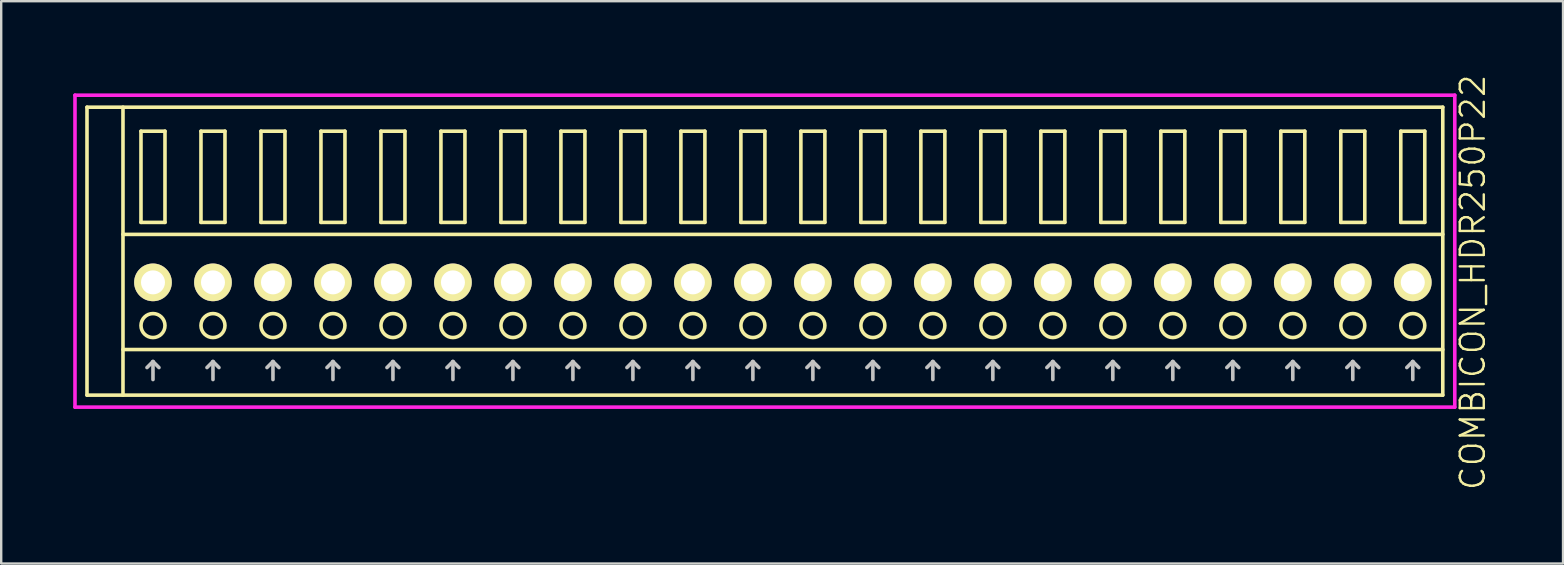
<source format=kicad_pcb>
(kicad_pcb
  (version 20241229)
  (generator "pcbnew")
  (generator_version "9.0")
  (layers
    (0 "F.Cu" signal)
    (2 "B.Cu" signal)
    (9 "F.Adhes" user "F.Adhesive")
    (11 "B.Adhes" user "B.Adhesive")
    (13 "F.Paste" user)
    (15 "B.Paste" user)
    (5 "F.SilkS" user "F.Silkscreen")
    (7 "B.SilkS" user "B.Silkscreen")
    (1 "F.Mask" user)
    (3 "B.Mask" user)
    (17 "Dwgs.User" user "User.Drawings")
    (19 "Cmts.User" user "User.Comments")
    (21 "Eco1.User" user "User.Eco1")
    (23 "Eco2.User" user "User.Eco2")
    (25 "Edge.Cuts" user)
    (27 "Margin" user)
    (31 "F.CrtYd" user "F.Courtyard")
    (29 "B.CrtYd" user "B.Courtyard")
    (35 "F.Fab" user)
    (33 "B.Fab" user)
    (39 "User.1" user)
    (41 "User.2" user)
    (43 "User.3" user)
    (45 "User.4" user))
  (footprint "COMBICON_HDR250P22"
    (layer "F.Cu")
    (at 29.575 8.717)
    (property "Reference" "COMBICON_HDR250P22" (at 28.75 0 90) (layer "F.SilkS") (effects (font (size 1 1) (thickness 0.1))))
    (attr through_hole)
    (fp_line (start -29 -7.3) (end -29 4.7) (stroke (width 0.15) (type solid)) (layer "F.SilkS"))
    (fp_line (start -29 4.7) (end 27.5 4.7) (stroke (width 0.15) (type solid)) (layer "F.SilkS"))
    (fp_line (start -27.5 -2) (end 27.5 -2) (stroke (width 0.15) (type solid)) (layer "F.SilkS"))
    (fp_line (start -27.5 2.8) (end 27.5 2.8) (stroke (width 0.15) (type solid)) (layer "F.SilkS"))
    (fp_line (start -27.5 4.7) (end -27.5 -7.3) (stroke (width 0.15) (type solid)) (layer "F.SilkS"))
    (fp_line (start -26.75 -6.3) (end -26.75 -2.5) (stroke (width 0.15) (type solid)) (layer "F.SilkS"))
    (fp_line (start -26.75 -2.5) (end -25.75 -2.5) (stroke (width 0.15) (type solid)) (layer "F.SilkS"))
    (fp_line (start -25.75 -6.3) (end -26.75 -6.3) (stroke (width 0.15) (type solid)) (layer "F.SilkS"))
    (fp_line (start -25.75 -2.5) (end -25.75 -6.3) (stroke (width 0.15) (type solid)) (layer "F.SilkS"))
    (fp_line (start -24.25 -6.3) (end -24.25 -2.5) (stroke (width 0.15) (type solid)) (layer "F.SilkS"))
    (fp_line (start -24.25 -2.5) (end -23.25 -2.5) (stroke (width 0.15) (type solid)) (layer "F.SilkS"))
    (fp_line (start -23.25 -6.3) (end -24.25 -6.3) (stroke (width 0.15) (type solid)) (layer "F.SilkS"))
    (fp_line (start -23.25 -2.5) (end -23.25 -6.3) (stroke (width 0.15) (type solid)) (layer "F.SilkS"))
    (fp_line (start -21.75 -6.3) (end -21.75 -2.5) (stroke (width 0.15) (type solid)) (layer "F.SilkS"))
    (fp_line (start -21.75 -2.5) (end -20.75 -2.5) (stroke (width 0.15) (type solid)) (layer "F.SilkS"))
    (fp_line (start -20.75 -6.3) (end -21.75 -6.3) (stroke (width 0.15) (type solid)) (layer "F.SilkS"))
    (fp_line (start -20.75 -2.5) (end -20.75 -6.3) (stroke (width 0.15) (type solid)) (layer "F.SilkS"))
    (fp_line (start -19.25 -6.3) (end -19.25 -2.5) (stroke (width 0.15) (type solid)) (layer "F.SilkS"))
    (fp_line (start -19.25 -2.5) (end -18.25 -2.5) (stroke (width 0.15) (type solid)) (layer "F.SilkS"))
    (fp_line (start -18.25 -6.3) (end -19.25 -6.3) (stroke (width 0.15) (type solid)) (layer "F.SilkS"))
    (fp_line (start -18.25 -2.5) (end -18.25 -6.3) (stroke (width 0.15) (type solid)) (layer "F.SilkS"))
    (fp_line (start -16.75 -6.3) (end -16.75 -2.5) (stroke (width 0.15) (type solid)) (layer "F.SilkS"))
    (fp_line (start -16.75 -2.5) (end -15.75 -2.5) (stroke (width 0.15) (type solid)) (layer "F.SilkS"))
    (fp_line (start -15.75 -6.3) (end -16.75 -6.3) (stroke (width 0.15) (type solid)) (layer "F.SilkS"))
    (fp_line (start -15.75 -2.5) (end -15.75 -6.3) (stroke (width 0.15) (type solid)) (layer "F.SilkS"))
    (fp_line (start -14.25 -6.3) (end -14.25 -2.5) (stroke (width 0.15) (type solid)) (layer "F.SilkS"))
    (fp_line (start -14.25 -2.5) (end -13.25 -2.5) (stroke (width 0.15) (type solid)) (layer "F.SilkS"))
    (fp_line (start -13.25 -6.3) (end -14.25 -6.3) (stroke (width 0.15) (type solid)) (layer "F.SilkS"))
    (fp_line (start -13.25 -2.5) (end -13.25 -6.3) (stroke (width 0.15) (type solid)) (layer "F.SilkS"))
    (fp_line (start -11.75 -6.3) (end -11.75 -2.5) (stroke (width 0.15) (type solid)) (layer "F.SilkS"))
    (fp_line (start -11.75 -2.5) (end -10.75 -2.5) (stroke (width 0.15) (type solid)) (layer "F.SilkS"))
    (fp_line (start -10.75 -6.3) (end -11.75 -6.3) (stroke (width 0.15) (type solid)) (layer "F.SilkS"))
    (fp_line (start -10.75 -2.5) (end -10.75 -6.3) (stroke (width 0.15) (type solid)) (layer "F.SilkS"))
    (fp_line (start -9.25 -6.3) (end -9.25 -2.5) (stroke (width 0.15) (type solid)) (layer "F.SilkS"))
    (fp_line (start -9.25 -2.5) (end -8.25 -2.5) (stroke (width 0.15) (type solid)) (layer "F.SilkS"))
    (fp_line (start -8.25 -6.3) (end -9.25 -6.3) (stroke (width 0.15) (type solid)) (layer "F.SilkS"))
    (fp_line (start -8.25 -2.5) (end -8.25 -6.3) (stroke (width 0.15) (type solid)) (layer "F.SilkS"))
    (fp_line (start -6.75 -6.3) (end -6.75 -2.5) (stroke (width 0.15) (type solid)) (layer "F.SilkS"))
    (fp_line (start -6.75 -2.5) (end -5.75 -2.5) (stroke (width 0.15) (type solid)) (layer "F.SilkS"))
    (fp_line (start -5.75 -6.3) (end -6.75 -6.3) (stroke (width 0.15) (type solid)) (layer "F.SilkS"))
    (fp_line (start -5.75 -2.5) (end -5.75 -6.3) (stroke (width 0.15) (type solid)) (layer "F.SilkS"))
    (fp_line (start -4.25 -6.3) (end -4.25 -2.5) (stroke (width 0.15) (type solid)) (layer "F.SilkS"))
    (fp_line (start -4.25 -2.5) (end -3.25 -2.5) (stroke (width 0.15) (type solid)) (layer "F.SilkS"))
    (fp_line (start -3.25 -6.3) (end -4.25 -6.3) (stroke (width 0.15) (type solid)) (layer "F.SilkS"))
    (fp_line (start -3.25 -2.5) (end -3.25 -6.3) (stroke (width 0.15) (type solid)) (layer "F.SilkS"))
    (fp_line (start -1.75 -6.3) (end -1.75 -2.5) (stroke (width 0.15) (type solid)) (layer "F.SilkS"))
    (fp_line (start -1.75 -2.5) (end -0.75 -2.5) (stroke (width 0.15) (type solid)) (layer "F.SilkS"))
    (fp_line (start -0.75 -6.3) (end -1.75 -6.3) (stroke (width 0.15) (type solid)) (layer "F.SilkS"))
    (fp_line (start -0.75 -2.5) (end -0.75 -6.3) (stroke (width 0.15) (type solid)) (layer "F.SilkS"))
    (fp_line (start 0.75 -6.3) (end 0.75 -2.5) (stroke (width 0.15) (type solid)) (layer "F.SilkS"))
    (fp_line (start 0.75 -2.5) (end 1.75 -2.5) (stroke (width 0.15) (type solid)) (layer "F.SilkS"))
    (fp_line (start 1.75 -6.3) (end 0.75 -6.3) (stroke (width 0.15) (type solid)) (layer "F.SilkS"))
    (fp_line (start 1.75 -2.5) (end 1.75 -6.3) (stroke (width 0.15) (type solid)) (layer "F.SilkS"))
    (fp_line (start 3.25 -6.3) (end 3.25 -2.5) (stroke (width 0.15) (type solid)) (layer "F.SilkS"))
    (fp_line (start 3.25 -2.5) (end 4.25 -2.5) (stroke (width 0.15) (type solid)) (layer "F.SilkS"))
    (fp_line (start 4.25 -6.3) (end 3.25 -6.3) (stroke (width 0.15) (type solid)) (layer "F.SilkS"))
    (fp_line (start 4.25 -2.5) (end 4.25 -6.3) (stroke (width 0.15) (type solid)) (layer "F.SilkS"))
    (fp_line (start 5.75 -6.3) (end 5.75 -2.5) (stroke (width 0.15) (type solid)) (layer "F.SilkS"))
    (fp_line (start 5.75 -2.5) (end 6.75 -2.5) (stroke (width 0.15) (type solid)) (layer "F.SilkS"))
    (fp_line (start 6.75 -6.3) (end 5.75 -6.3) (stroke (width 0.15) (type solid)) (layer "F.SilkS"))
    (fp_line (start 6.75 -2.5) (end 6.75 -6.3) (stroke (width 0.15) (type solid)) (layer "F.SilkS"))
    (fp_line (start 8.25 -6.3) (end 8.25 -2.5) (stroke (width 0.15) (type solid)) (layer "F.SilkS"))
    (fp_line (start 8.25 -2.5) (end 9.25 -2.5) (stroke (width 0.15) (type solid)) (layer "F.SilkS"))
    (fp_line (start 9.25 -6.3) (end 8.25 -6.3) (stroke (width 0.15) (type solid)) (layer "F.SilkS"))
    (fp_line (start 9.25 -2.5) (end 9.25 -6.3) (stroke (width 0.15) (type solid)) (layer "F.SilkS"))
    (fp_line (start 10.75 -6.3) (end 10.75 -2.5) (stroke (width 0.15) (type solid)) (layer "F.SilkS"))
    (fp_line (start 10.75 -2.5) (end 11.75 -2.5) (stroke (width 0.15) (type solid)) (layer "F.SilkS"))
    (fp_line (start 11.75 -6.3) (end 10.75 -6.3) (stroke (width 0.15) (type solid)) (layer "F.SilkS"))
    (fp_line (start 11.75 -2.5) (end 11.75 -6.3) (stroke (width 0.15) (type solid)) (layer "F.SilkS"))
    (fp_line (start 13.25 -6.3) (end 13.25 -2.5) (stroke (width 0.15) (type solid)) (layer "F.SilkS"))
    (fp_line (start 13.25 -2.5) (end 14.25 -2.5) (stroke (width 0.15) (type solid)) (layer "F.SilkS"))
    (fp_line (start 14.25 -6.3) (end 13.25 -6.3) (stroke (width 0.15) (type solid)) (layer "F.SilkS"))
    (fp_line (start 14.25 -2.5) (end 14.25 -6.3) (stroke (width 0.15) (type solid)) (layer "F.SilkS"))
    (fp_line (start 15.75 -6.3) (end 15.75 -2.5) (stroke (width 0.15) (type solid)) (layer "F.SilkS"))
    (fp_line (start 15.75 -2.5) (end 16.75 -2.5) (stroke (width 0.15) (type solid)) (layer "F.SilkS"))
    (fp_line (start 16.75 -6.3) (end 15.75 -6.3) (stroke (width 0.15) (type solid)) (layer "F.SilkS"))
    (fp_line (start 16.75 -2.5) (end 16.75 -6.3) (stroke (width 0.15) (type solid)) (layer "F.SilkS"))
    (fp_line (start 18.25 -6.3) (end 18.25 -2.5) (stroke (width 0.15) (type solid)) (layer "F.SilkS"))
    (fp_line (start 18.25 -2.5) (end 19.25 -2.5) (stroke (width 0.15) (type solid)) (layer "F.SilkS"))
    (fp_line (start 19.25 -6.3) (end 18.25 -6.3) (stroke (width 0.15) (type solid)) (layer "F.SilkS"))
    (fp_line (start 19.25 -2.5) (end 19.25 -6.3) (stroke (width 0.15) (type solid)) (layer "F.SilkS"))
    (fp_line (start 20.75 -6.3) (end 20.75 -2.5) (stroke (width 0.15) (type solid)) (layer "F.SilkS"))
    (fp_line (start 20.75 -2.5) (end 21.75 -2.5) (stroke (width 0.15) (type solid)) (layer "F.SilkS"))
    (fp_line (start 21.75 -6.3) (end 20.75 -6.3) (stroke (width 0.15) (type solid)) (layer "F.SilkS"))
    (fp_line (start 21.75 -2.5) (end 21.75 -6.3) (stroke (width 0.15) (type solid)) (layer "F.SilkS"))
    (fp_line (start 23.25 -6.3) (end 23.25 -2.5) (stroke (width 0.15) (type solid)) (layer "F.SilkS"))
    (fp_line (start 23.25 -2.5) (end 24.25 -2.5) (stroke (width 0.15) (type solid)) (layer "F.SilkS"))
    (fp_line (start 24.25 -6.3) (end 23.25 -6.3) (stroke (width 0.15) (type solid)) (layer "F.SilkS"))
    (fp_line (start 24.25 -2.5) (end 24.25 -6.3) (stroke (width 0.15) (type solid)) (layer "F.SilkS"))
    (fp_line (start 25.75 -6.3) (end 25.75 -2.5) (stroke (width 0.15) (type solid)) (layer "F.SilkS"))
    (fp_line (start 25.75 -2.5) (end 26.75 -2.5) (stroke (width 0.15) (type solid)) (layer "F.SilkS"))
    (fp_line (start 26.75 -6.3) (end 25.75 -6.3) (stroke (width 0.15) (type solid)) (layer "F.SilkS"))
    (fp_line (start 26.75 -2.5) (end 26.75 -6.3) (stroke (width 0.15) (type solid)) (layer "F.SilkS"))
    (fp_line (start 27.5 -7.3) (end -29 -7.3) (stroke (width 0.15) (type solid)) (layer "F.SilkS"))
    (fp_line (start 27.5 4.7) (end 27.5 -7.3) (stroke (width 0.15) (type solid)) (layer "F.SilkS"))
    (fp_circle (center -26.25 1.8) (end -25.75 1.8) (stroke (width 0.15) (type solid)) (fill no) (layer "F.SilkS"))
    (fp_circle (center -23.75 1.8) (end -23.25 1.8) (stroke (width 0.15) (type solid)) (fill no) (layer "F.SilkS"))
    (fp_circle (center -21.25 1.8) (end -20.75 1.8) (stroke (width 0.15) (type solid)) (fill no) (layer "F.SilkS"))
    (fp_circle (center -18.75 1.8) (end -18.25 1.8) (stroke (width 0.15) (type solid)) (fill no) (layer "F.SilkS"))
    (fp_circle (center -16.25 1.8) (end -15.75 1.8) (stroke (width 0.15) (type solid)) (fill no) (layer "F.SilkS"))
    (fp_circle (center -13.75 1.8) (end -13.25 1.8) (stroke (width 0.15) (type solid)) (fill no) (layer "F.SilkS"))
    (fp_circle (center -11.25 1.8) (end -10.75 1.8) (stroke (width 0.15) (type solid)) (fill no) (layer "F.SilkS"))
    (fp_circle (center -8.75 1.8) (end -8.25 1.8) (stroke (width 0.15) (type solid)) (fill no) (layer "F.SilkS"))
    (fp_circle (center -6.25 1.8) (end -5.75 1.8) (stroke (width 0.15) (type solid)) (fill no) (layer "F.SilkS"))
    (fp_circle (center -3.75 1.8) (end -3.25 1.8) (stroke (width 0.15) (type solid)) (fill no) (layer "F.SilkS"))
    (fp_circle (center -1.25 1.8) (end -0.75 1.8) (stroke (width 0.15) (type solid)) (fill no) (layer "F.SilkS"))
    (fp_circle (center 1.25 1.8) (end 1.75 1.8) (stroke (width 0.15) (type solid)) (fill no) (layer "F.SilkS"))
    (fp_circle (center 3.75 1.8) (end 4.25 1.8) (stroke (width 0.15) (type solid)) (fill no) (layer "F.SilkS"))
    (fp_circle (center 6.25 1.8) (end 6.75 1.8) (stroke (width 0.15) (type solid)) (fill no) (layer "F.SilkS"))
    (fp_circle (center 8.75 1.8) (end 9.25 1.8) (stroke (width 0.15) (type solid)) (fill no) (layer "F.SilkS"))
    (fp_circle (center 11.25 1.8) (end 11.75 1.8) (stroke (width 0.15) (type solid)) (fill no) (layer "F.SilkS"))
    (fp_circle (center 13.75 1.8) (end 14.25 1.8) (stroke (width 0.15) (type solid)) (fill no) (layer "F.SilkS"))
    (fp_circle (center 16.25 1.8) (end 16.75 1.8) (stroke (width 0.15) (type solid)) (fill no) (layer "F.SilkS"))
    (fp_circle (center 18.75 1.8) (end 19.25 1.8) (stroke (width 0.15) (type solid)) (fill no) (layer "F.SilkS"))
    (fp_circle (center 21.25 1.8) (end 21.75 1.8) (stroke (width 0.15) (type solid)) (fill no) (layer "F.SilkS"))
    (fp_circle (center 23.75 1.8) (end 24.25 1.8) (stroke (width 0.15) (type solid)) (fill no) (layer "F.SilkS"))
    (fp_circle (center 26.25 1.8) (end 26.75 1.8) (stroke (width 0.15) (type solid)) (fill no) (layer "F.SilkS"))
    (fp_line (start -26.5 3.55) (end -26.25 3.3) (stroke (width 0.15) (type solid)) (layer "Dwgs.User"))
    (fp_line (start -26.25 4.05) (end -26.25 3.3) (stroke (width 0.15) (type solid)) (layer "Dwgs.User"))
    (fp_line (start -26 3.55) (end -26.25 3.3) (stroke (width 0.15) (type solid)) (layer "Dwgs.User"))
    (fp_line (start -24 3.55) (end -23.75 3.3) (stroke (width 0.15) (type solid)) (layer "Dwgs.User"))
    (fp_line (start -23.75 4.05) (end -23.75 3.3) (stroke (width 0.15) (type solid)) (layer "Dwgs.User"))
    (fp_line (start -23.5 3.55) (end -23.75 3.3) (stroke (width 0.15) (type solid)) (layer "Dwgs.User"))
    (fp_line (start -21.5 3.55) (end -21.25 3.3) (stroke (width 0.15) (type solid)) (layer "Dwgs.User"))
    (fp_line (start -21.25 4.05) (end -21.25 3.3) (stroke (width 0.15) (type solid)) (layer "Dwgs.User"))
    (fp_line (start -21 3.55) (end -21.25 3.3) (stroke (width 0.15) (type solid)) (layer "Dwgs.User"))
    (fp_line (start -19 3.55) (end -18.75 3.3) (stroke (width 0.15) (type solid)) (layer "Dwgs.User"))
    (fp_line (start -18.75 4.05) (end -18.75 3.3) (stroke (width 0.15) (type solid)) (layer "Dwgs.User"))
    (fp_line (start -18.5 3.55) (end -18.75 3.3) (stroke (width 0.15) (type solid)) (layer "Dwgs.User"))
    (fp_line (start -16.5 3.55) (end -16.25 3.3) (stroke (width 0.15) (type solid)) (layer "Dwgs.User"))
    (fp_line (start -16.25 4.05) (end -16.25 3.3) (stroke (width 0.15) (type solid)) (layer "Dwgs.User"))
    (fp_line (start -16 3.55) (end -16.25 3.3) (stroke (width 0.15) (type solid)) (layer "Dwgs.User"))
    (fp_line (start -14 3.55) (end -13.75 3.3) (stroke (width 0.15) (type solid)) (layer "Dwgs.User"))
    (fp_line (start -13.75 4.05) (end -13.75 3.3) (stroke (width 0.15) (type solid)) (layer "Dwgs.User"))
    (fp_line (start -13.5 3.55) (end -13.75 3.3) (stroke (width 0.15) (type solid)) (layer "Dwgs.User"))
    (fp_line (start -11.5 3.55) (end -11.25 3.3) (stroke (width 0.15) (type solid)) (layer "Dwgs.User"))
    (fp_line (start -11.25 4.05) (end -11.25 3.3) (stroke (width 0.15) (type solid)) (layer "Dwgs.User"))
    (fp_line (start -11 3.55) (end -11.25 3.3) (stroke (width 0.15) (type solid)) (layer "Dwgs.User"))
    (fp_line (start -9 3.55) (end -8.75 3.3) (stroke (width 0.15) (type solid)) (layer "Dwgs.User"))
    (fp_line (start -8.75 4.05) (end -8.75 3.3) (stroke (width 0.15) (type solid)) (layer "Dwgs.User"))
    (fp_line (start -8.5 3.55) (end -8.75 3.3) (stroke (width 0.15) (type solid)) (layer "Dwgs.User"))
    (fp_line (start -6.5 3.55) (end -6.25 3.3) (stroke (width 0.15) (type solid)) (layer "Dwgs.User"))
    (fp_line (start -6.25 4.05) (end -6.25 3.3) (stroke (width 0.15) (type solid)) (layer "Dwgs.User"))
    (fp_line (start -6 3.55) (end -6.25 3.3) (stroke (width 0.15) (type solid)) (layer "Dwgs.User"))
    (fp_line (start -4 3.55) (end -3.75 3.3) (stroke (width 0.15) (type solid)) (layer "Dwgs.User"))
    (fp_line (start -3.75 4.05) (end -3.75 3.3) (stroke (width 0.15) (type solid)) (layer "Dwgs.User"))
    (fp_line (start -3.5 3.55) (end -3.75 3.3) (stroke (width 0.15) (type solid)) (layer "Dwgs.User"))
    (fp_line (start -1.5 3.55) (end -1.25 3.3) (stroke (width 0.15) (type solid)) (layer "Dwgs.User"))
    (fp_line (start -1.25 4.05) (end -1.25 3.3) (stroke (width 0.15) (type solid)) (layer "Dwgs.User"))
    (fp_line (start -1 3.55) (end -1.25 3.3) (stroke (width 0.15) (type solid)) (layer "Dwgs.User"))
    (fp_line (start 1 3.55) (end 1.25 3.3) (stroke (width 0.15) (type solid)) (layer "Dwgs.User"))
    (fp_line (start 1.25 4.05) (end 1.25 3.3) (stroke (width 0.15) (type solid)) (layer "Dwgs.User"))
    (fp_line (start 1.5 3.55) (end 1.25 3.3) (stroke (width 0.15) (type solid)) (layer "Dwgs.User"))
    (fp_line (start 3.5 3.55) (end 3.75 3.3) (stroke (width 0.15) (type solid)) (layer "Dwgs.User"))
    (fp_line (start 3.75 4.05) (end 3.75 3.3) (stroke (width 0.15) (type solid)) (layer "Dwgs.User"))
    (fp_line (start 4 3.55) (end 3.75 3.3) (stroke (width 0.15) (type solid)) (layer "Dwgs.User"))
    (fp_line (start 6 3.55) (end 6.25 3.3) (stroke (width 0.15) (type solid)) (layer "Dwgs.User"))
    (fp_line (start 6.25 4.05) (end 6.25 3.3) (stroke (width 0.15) (type solid)) (layer "Dwgs.User"))
    (fp_line (start 6.5 3.55) (end 6.25 3.3) (stroke (width 0.15) (type solid)) (layer "Dwgs.User"))
    (fp_line (start 8.5 3.55) (end 8.75 3.3) (stroke (width 0.15) (type solid)) (layer "Dwgs.User"))
    (fp_line (start 8.75 4.05) (end 8.75 3.3) (stroke (width 0.15) (type solid)) (layer "Dwgs.User"))
    (fp_line (start 9 3.55) (end 8.75 3.3) (stroke (width 0.15) (type solid)) (layer "Dwgs.User"))
    (fp_line (start 11 3.55) (end 11.25 3.3) (stroke (width 0.15) (type solid)) (layer "Dwgs.User"))
    (fp_line (start 11.25 4.05) (end 11.25 3.3) (stroke (width 0.15) (type solid)) (layer "Dwgs.User"))
    (fp_line (start 11.5 3.55) (end 11.25 3.3) (stroke (width 0.15) (type solid)) (layer "Dwgs.User"))
    (fp_line (start 13.5 3.55) (end 13.75 3.3) (stroke (width 0.15) (type solid)) (layer "Dwgs.User"))
    (fp_line (start 13.75 4.05) (end 13.75 3.3) (stroke (width 0.15) (type solid)) (layer "Dwgs.User"))
    (fp_line (start 14 3.55) (end 13.75 3.3) (stroke (width 0.15) (type solid)) (layer "Dwgs.User"))
    (fp_line (start 16 3.55) (end 16.25 3.3) (stroke (width 0.15) (type solid)) (layer "Dwgs.User"))
    (fp_line (start 16.25 4.05) (end 16.25 3.3) (stroke (width 0.15) (type solid)) (layer "Dwgs.User"))
    (fp_line (start 16.5 3.55) (end 16.25 3.3) (stroke (width 0.15) (type solid)) (layer "Dwgs.User"))
    (fp_line (start 18.5 3.55) (end 18.75 3.3) (stroke (width 0.15) (type solid)) (layer "Dwgs.User"))
    (fp_line (start 18.75 4.05) (end 18.75 3.3) (stroke (width 0.15) (type solid)) (layer "Dwgs.User"))
    (fp_line (start 19 3.55) (end 18.75 3.3) (stroke (width 0.15) (type solid)) (layer "Dwgs.User"))
    (fp_line (start 21 3.55) (end 21.25 3.3) (stroke (width 0.15) (type solid)) (layer "Dwgs.User"))
    (fp_line (start 21.25 4.05) (end 21.25 3.3) (stroke (width 0.15) (type solid)) (layer "Dwgs.User"))
    (fp_line (start 21.5 3.55) (end 21.25 3.3) (stroke (width 0.15) (type solid)) (layer "Dwgs.User"))
    (fp_line (start 23.5 3.55) (end 23.75 3.3) (stroke (width 0.15) (type solid)) (layer "Dwgs.User"))
    (fp_line (start 23.75 4.05) (end 23.75 3.3) (stroke (width 0.15) (type solid)) (layer "Dwgs.User"))
    (fp_line (start 24 3.55) (end 23.75 3.3) (stroke (width 0.15) (type solid)) (layer "Dwgs.User"))
    (fp_line (start 26 3.55) (end 26.25 3.3) (stroke (width 0.15) (type solid)) (layer "Dwgs.User"))
    (fp_line (start 26.25 4.05) (end 26.25 3.3) (stroke (width 0.15) (type solid)) (layer "Dwgs.User"))
    (fp_line (start 26.5 3.55) (end 26.25 3.3) (stroke (width 0.15) (type solid)) (layer "Dwgs.User"))
    (fp_line (start -29.5 -7.8) (end -29.5 5.2) (stroke (width 0.15) (type solid)) (layer "F.CrtYd"))
    (fp_line (start -29.5 5.2) (end 28 5.2) (stroke (width 0.15) (type solid)) (layer "F.CrtYd"))
    (fp_line (start 28 -7.8) (end -29.5 -7.8) (stroke (width 0.15) (type solid)) (layer "F.CrtYd"))
    (fp_line (start 28 5.2) (end 28 -7.8) (stroke (width 0.15) (type solid)) (layer "F.CrtYd"))
    (pad "1" thru_hole oval (at -26.25 0) (size 1.57 1.57) (drill 1) (layers "*.Cu" "*.Mask" "F.SilkS"))
    (pad "2" thru_hole oval (at -23.75 0) (size 1.57 1.57) (drill 1) (layers "*.Cu" "*.Mask" "F.SilkS"))
    (pad "3" thru_hole oval (at -21.25 0) (size 1.57 1.57) (drill 1) (layers "*.Cu" "*.Mask" "F.SilkS"))
    (pad "4" thru_hole oval (at -18.75 0) (size 1.57 1.57) (drill 1) (layers "*.Cu" "*.Mask" "F.SilkS"))
    (pad "5" thru_hole oval (at -16.25 0) (size 1.57 1.57) (drill 1) (layers "*.Cu" "*.Mask" "F.SilkS"))
    (pad "6" thru_hole oval (at -13.75 0) (size 1.57 1.57) (drill 1) (layers "*.Cu" "*.Mask" "F.SilkS"))
    (pad "7" thru_hole oval (at -11.25 0) (size 1.57 1.57) (drill 1) (layers "*.Cu" "*.Mask" "F.SilkS"))
    (pad "8" thru_hole oval (at -8.75 0) (size 1.57 1.57) (drill 1) (layers "*.Cu" "*.Mask" "F.SilkS"))
    (pad "9" thru_hole oval (at -6.25 0) (size 1.57 1.57) (drill 1) (layers "*.Cu" "*.Mask" "F.SilkS"))
    (pad "10" thru_hole oval (at -3.75 0) (size 1.57 1.57) (drill 1) (layers "*.Cu" "*.Mask" "F.SilkS"))
    (pad "11" thru_hole oval (at -1.25 0) (size 1.57 1.57) (drill 1) (layers "*.Cu" "*.Mask" "F.SilkS"))
    (pad "12" thru_hole oval (at 1.25 0) (size 1.57 1.57) (drill 1) (layers "*.Cu" "*.Mask" "F.SilkS"))
    (pad "13" thru_hole oval (at 3.75 0) (size 1.57 1.57) (drill 1) (layers "*.Cu" "*.Mask" "F.SilkS"))
    (pad "14" thru_hole oval (at 6.25 0) (size 1.57 1.57) (drill 1) (layers "*.Cu" "*.Mask" "F.SilkS"))
    (pad "15" thru_hole oval (at 8.75 0) (size 1.57 1.57) (drill 1) (layers "*.Cu" "*.Mask" "F.SilkS"))
    (pad "16" thru_hole oval (at 11.25 0) (size 1.57 1.57) (drill 1) (layers "*.Cu" "*.Mask" "F.SilkS"))
    (pad "17" thru_hole oval (at 13.75 0) (size 1.57 1.57) (drill 1) (layers "*.Cu" "*.Mask" "F.SilkS"))
    (pad "18" thru_hole oval (at 16.25 0) (size 1.57 1.57) (drill 1) (layers "*.Cu" "*.Mask" "F.SilkS"))
    (pad "19" thru_hole oval (at 18.75 0) (size 1.57 1.57) (drill 1) (layers "*.Cu" "*.Mask" "F.SilkS"))
    (pad "20" thru_hole oval (at 21.25 0) (size 1.57 1.57) (drill 1) (layers "*.Cu" "*.Mask" "F.SilkS"))
    (pad "21" thru_hole oval (at 23.75 0) (size 1.57 1.57) (drill 1) (layers "*.Cu" "*.Mask" "F.SilkS"))
    (pad "22" thru_hole oval (at 26.25 0) (size 1.57 1.57) (drill 1) (layers "*.Cu" "*.Mask" "F.SilkS")))
  (gr_rect
    (start -3 -3)
    (end 62.086 20.433)
    (stroke (width 0.1) (type default))
    (fill no)
    (layer "Edge.Cuts")))
</source>
